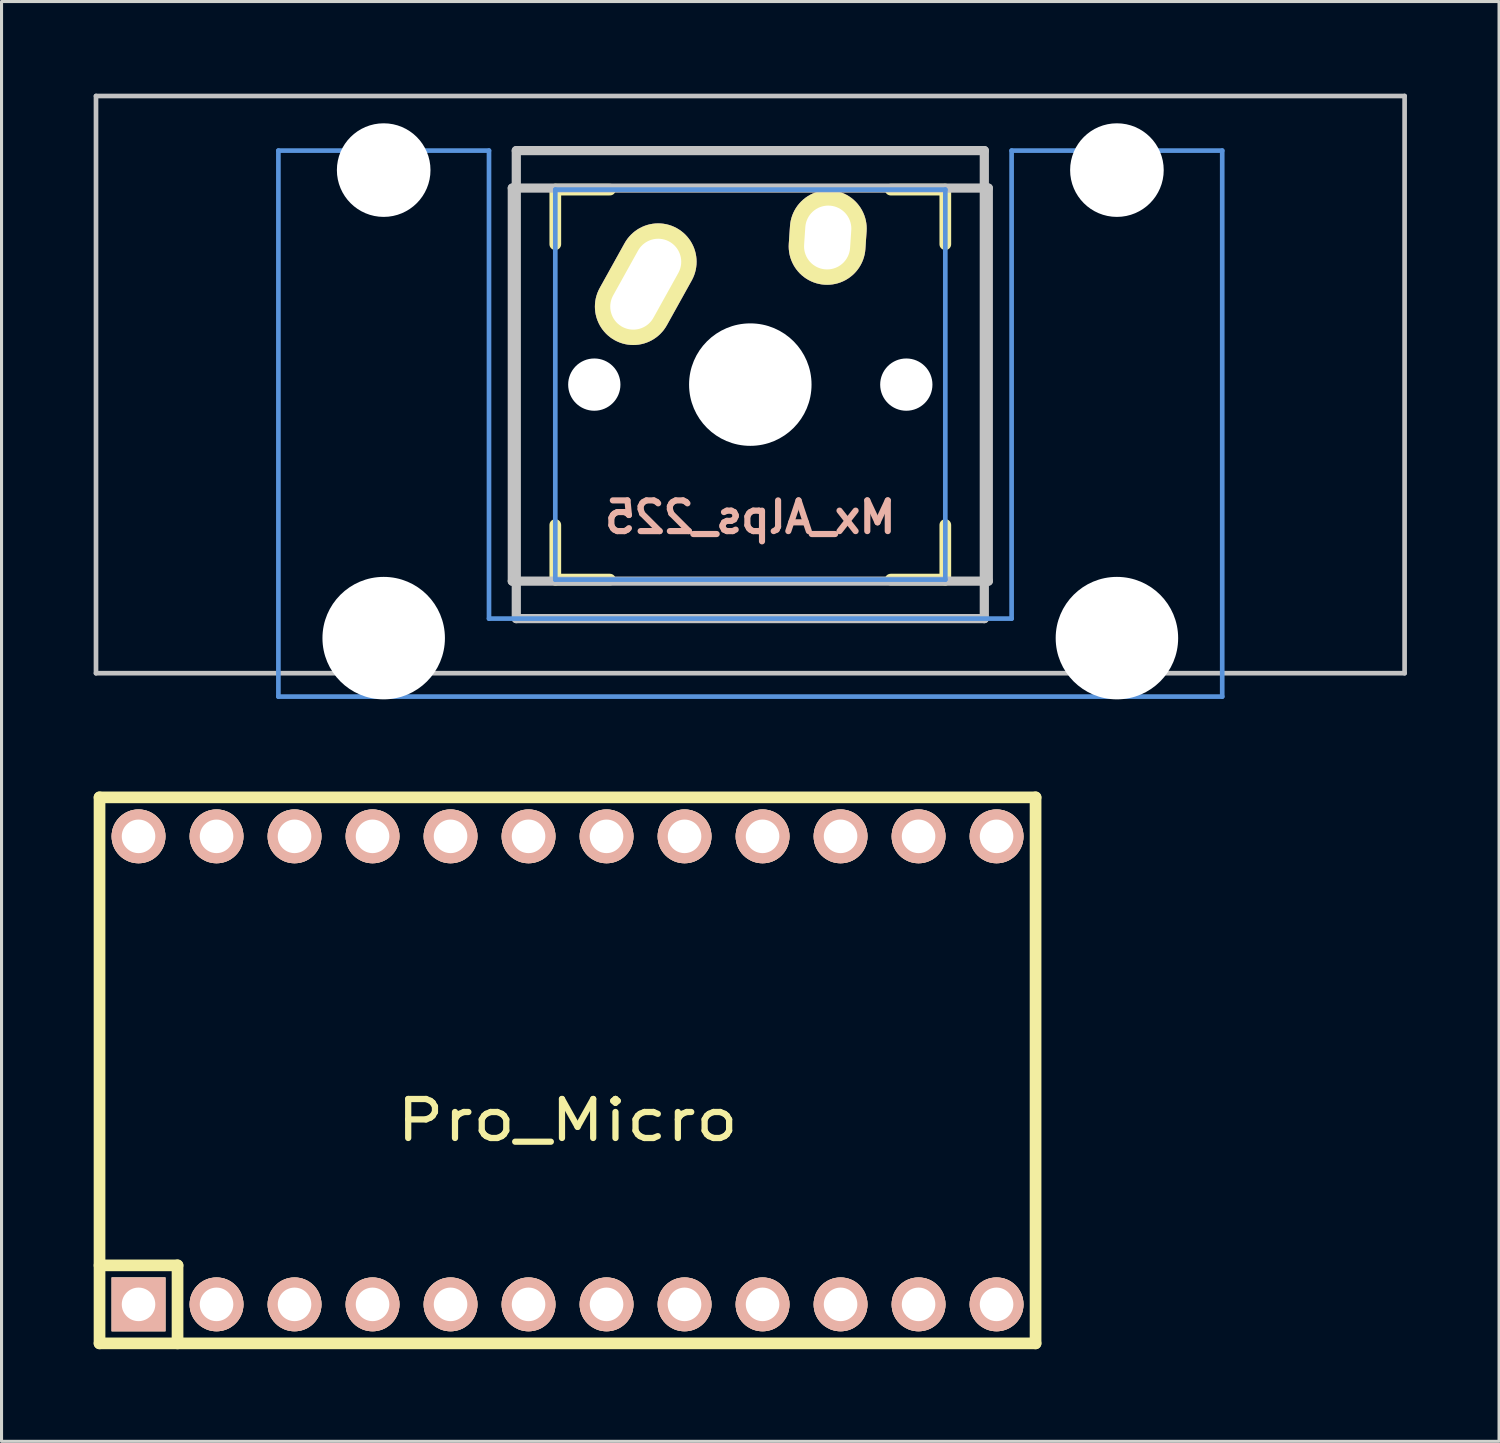
<source format=kicad_pcb>
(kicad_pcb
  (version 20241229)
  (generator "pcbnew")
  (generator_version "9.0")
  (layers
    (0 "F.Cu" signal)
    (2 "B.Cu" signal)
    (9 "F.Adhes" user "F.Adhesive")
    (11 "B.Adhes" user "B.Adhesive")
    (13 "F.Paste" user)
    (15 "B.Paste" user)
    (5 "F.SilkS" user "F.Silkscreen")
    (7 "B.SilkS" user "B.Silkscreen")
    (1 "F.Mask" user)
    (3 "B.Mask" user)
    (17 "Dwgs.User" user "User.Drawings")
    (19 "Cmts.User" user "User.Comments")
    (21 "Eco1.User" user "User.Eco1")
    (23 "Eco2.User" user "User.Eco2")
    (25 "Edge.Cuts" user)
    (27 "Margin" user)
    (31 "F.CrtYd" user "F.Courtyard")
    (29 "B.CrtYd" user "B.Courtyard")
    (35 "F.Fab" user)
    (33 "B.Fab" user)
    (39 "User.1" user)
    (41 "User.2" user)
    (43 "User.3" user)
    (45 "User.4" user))
  (footprint "Mx_Alps_225"
    (layer "F.Cu")
    (at 21.382 9.474)
    (property "Reference" "Mx_Alps_225" (at 0 4.318 0) (layer "B.SilkS") (effects (font (size 1 1) (thickness 0.2)) (justify mirror)))
    (attr through_hole)
    (fp_line (start -6.35 -6.35) (end -4.572 -6.35) (stroke (width 0.381) (type solid)) (layer "F.SilkS"))
    (fp_line (start -6.35 -4.572) (end -6.35 -6.35) (stroke (width 0.381) (type solid)) (layer "F.SilkS"))
    (fp_line (start -6.35 6.35) (end -6.35 4.572) (stroke (width 0.381) (type solid)) (layer "F.SilkS"))
    (fp_line (start -4.572 6.35) (end -6.35 6.35) (stroke (width 0.381) (type solid)) (layer "F.SilkS"))
    (fp_line (start 4.572 -6.35) (end 6.35 -6.35) (stroke (width 0.381) (type solid)) (layer "F.SilkS"))
    (fp_line (start 6.35 -6.35) (end 6.35 -4.572) (stroke (width 0.381) (type solid)) (layer "F.SilkS"))
    (fp_line (start 6.35 4.572) (end 6.35 6.35) (stroke (width 0.381) (type solid)) (layer "F.SilkS"))
    (fp_line (start 6.35 6.35) (end 4.572 6.35) (stroke (width 0.381) (type solid)) (layer "F.SilkS"))
    (fp_line (start -21.306 -9.398) (end 21.306 -9.398) (stroke (width 0.152) (type solid)) (layer "Dwgs.User"))
    (fp_line (start -21.306 9.398) (end -21.306 -9.398) (stroke (width 0.152) (type solid)) (layer "Dwgs.User"))
    (fp_line (start -7.75 6.4) (end -7.75 -6.4) (stroke (width 0.3) (type solid)) (layer "Dwgs.User"))
    (fp_line (start -7.75 6.4) (end 7.75 6.4) (stroke (width 0.3) (type solid)) (layer "Dwgs.User"))
    (fp_line (start -7.62 -7.62) (end 7.62 -7.62) (stroke (width 0.3) (type solid)) (layer "Dwgs.User"))
    (fp_line (start -7.62 7.62) (end -7.62 -7.62) (stroke (width 0.3) (type solid)) (layer "Dwgs.User"))
    (fp_line (start 7.62 -7.62) (end 7.62 7.62) (stroke (width 0.3) (type solid)) (layer "Dwgs.User"))
    (fp_line (start 7.62 7.62) (end -7.62 7.62) (stroke (width 0.3) (type solid)) (layer "Dwgs.User"))
    (fp_line (start 7.75 -6.4) (end -7.75 -6.4) (stroke (width 0.3) (type solid)) (layer "Dwgs.User"))
    (fp_line (start 7.75 6.4) (end 7.75 -6.4) (stroke (width 0.3) (type solid)) (layer "Dwgs.User"))
    (fp_line (start 21.306 -9.398) (end 21.306 9.398) (stroke (width 0.152) (type solid)) (layer "Dwgs.User"))
    (fp_line (start 21.306 9.398) (end -21.306 9.398) (stroke (width 0.152) (type solid)) (layer "Dwgs.User"))
    (fp_line (start -15.367 -7.62) (end -15.367 10.16) (stroke (width 0.152) (type solid)) (layer "Cmts.User"))
    (fp_line (start -15.367 10.16) (end 15.367 10.16) (stroke (width 0.152) (type solid)) (layer "Cmts.User"))
    (fp_line (start -8.509 -7.62) (end -15.367 -7.62) (stroke (width 0.152) (type solid)) (layer "Cmts.User"))
    (fp_line (start -8.509 7.62) (end -8.509 -7.62) (stroke (width 0.152) (type solid)) (layer "Cmts.User"))
    (fp_line (start -6.35 -6.35) (end 6.35 -6.35) (stroke (width 0.152) (type solid)) (layer "Cmts.User"))
    (fp_line (start -6.35 6.35) (end -6.35 -6.35) (stroke (width 0.152) (type solid)) (layer "Cmts.User"))
    (fp_line (start 6.35 -6.35) (end 6.35 6.35) (stroke (width 0.152) (type solid)) (layer "Cmts.User"))
    (fp_line (start 6.35 6.35) (end -6.35 6.35) (stroke (width 0.152) (type solid)) (layer "Cmts.User"))
    (fp_line (start 8.509 -7.62) (end 8.509 7.62) (stroke (width 0.152) (type solid)) (layer "Cmts.User"))
    (fp_line (start 8.509 7.62) (end -8.509 7.62) (stroke (width 0.152) (type solid)) (layer "Cmts.User"))
    (fp_line (start 15.367 -7.62) (end 8.509 -7.62) (stroke (width 0.152) (type solid)) (layer "Cmts.User"))
    (fp_line (start 15.367 10.16) (end 15.367 -7.62) (stroke (width 0.152) (type solid)) (layer "Cmts.User"))
    (fp_line (start -16.129 -2.286) (end -15.265 -2.286) (stroke (width 0.152) (type solid)) (layer "Eco2.User"))
    (fp_line (start -16.129 0.508) (end -16.129 -2.286) (stroke (width 0.152) (type solid)) (layer "Eco2.User"))
    (fp_line (start -15.265 -5.69) (end -8.611 -5.69) (stroke (width 0.152) (type solid)) (layer "Eco2.User"))
    (fp_line (start -15.265 -2.286) (end -15.265 -5.69) (stroke (width 0.152) (type solid)) (layer "Eco2.User"))
    (fp_line (start -15.265 0.508) (end -16.129 0.508) (stroke (width 0.152) (type solid)) (layer "Eco2.User"))
    (fp_line (start -15.265 6.604) (end -15.265 0.508) (stroke (width 0.152) (type solid)) (layer "Eco2.User"))
    (fp_line (start -14.224 6.604) (end -15.265 6.604) (stroke (width 0.152) (type solid)) (layer "Eco2.User"))
    (fp_line (start -14.224 7.772) (end -14.224 6.604) (stroke (width 0.152) (type solid)) (layer "Eco2.User"))
    (fp_line (start -9.652 6.604) (end -9.652 7.772) (stroke (width 0.152) (type solid)) (layer "Eco2.User"))
    (fp_line (start -9.652 7.772) (end -14.224 7.772) (stroke (width 0.152) (type solid)) (layer "Eco2.User"))
    (fp_line (start -8.611 -5.69) (end -8.611 -4.877) (stroke (width 0.152) (type solid)) (layer "Eco2.User"))
    (fp_line (start -8.611 -4.877) (end -6.985 -4.877) (stroke (width 0.152) (type solid)) (layer "Eco2.User"))
    (fp_line (start -8.611 5.817) (end -8.611 6.604) (stroke (width 0.152) (type solid)) (layer "Eco2.User"))
    (fp_line (start -8.611 6.604) (end -9.652 6.604) (stroke (width 0.152) (type solid)) (layer "Eco2.User"))
    (fp_line (start -6.985 -6.985) (end 6.985 -6.985) (stroke (width 0.152) (type solid)) (layer "Eco2.User"))
    (fp_line (start -6.985 -4.877) (end -6.985 -6.985) (stroke (width 0.152) (type solid)) (layer "Eco2.User"))
    (fp_line (start -6.985 5.817) (end -8.611 5.817) (stroke (width 0.152) (type solid)) (layer "Eco2.User"))
    (fp_line (start -6.985 6.985) (end -6.985 5.817) (stroke (width 0.152) (type solid)) (layer "Eco2.User"))
    (fp_line (start 6.985 -6.985) (end 6.985 -4.877) (stroke (width 0.152) (type solid)) (layer "Eco2.User"))
    (fp_line (start 6.985 -4.877) (end 8.611 -4.877) (stroke (width 0.152) (type solid)) (layer "Eco2.User"))
    (fp_line (start 6.985 5.817) (end 6.985 6.985) (stroke (width 0.152) (type solid)) (layer "Eco2.User"))
    (fp_line (start 6.985 6.985) (end -6.985 6.985) (stroke (width 0.152) (type solid)) (layer "Eco2.User"))
    (fp_line (start 8.611 -5.69) (end 15.265 -5.69) (stroke (width 0.152) (type solid)) (layer "Eco2.User"))
    (fp_line (start 8.611 -4.877) (end 8.611 -5.69) (stroke (width 0.152) (type solid)) (layer "Eco2.User"))
    (fp_line (start 8.611 5.817) (end 6.985 5.817) (stroke (width 0.152) (type solid)) (layer "Eco2.User"))
    (fp_line (start 8.611 6.604) (end 8.611 5.817) (stroke (width 0.152) (type solid)) (layer "Eco2.User"))
    (fp_line (start 9.652 6.604) (end 8.611 6.604) (stroke (width 0.152) (type solid)) (layer "Eco2.User"))
    (fp_line (start 9.652 7.772) (end 9.652 6.604) (stroke (width 0.152) (type solid)) (layer "Eco2.User"))
    (fp_line (start 14.224 6.604) (end 14.224 7.772) (stroke (width 0.152) (type solid)) (layer "Eco2.User"))
    (fp_line (start 14.224 7.772) (end 9.652 7.772) (stroke (width 0.152) (type solid)) (layer "Eco2.User"))
    (fp_line (start 15.265 -5.69) (end 15.265 -2.286) (stroke (width 0.152) (type solid)) (layer "Eco2.User"))
    (fp_line (start 15.265 -2.286) (end 16.129 -2.286) (stroke (width 0.152) (type solid)) (layer "Eco2.User"))
    (fp_line (start 15.265 0.508) (end 15.265 6.604) (stroke (width 0.152) (type solid)) (layer "Eco2.User"))
    (fp_line (start 15.265 6.604) (end 14.224 6.604) (stroke (width 0.152) (type solid)) (layer "Eco2.User"))
    (fp_line (start 16.129 -2.286) (end 16.129 0.508) (stroke (width 0.152) (type solid)) (layer "Eco2.User"))
    (fp_line (start 16.129 0.508) (end 15.265 0.508) (stroke (width 0.152) (type solid)) (layer "Eco2.User"))
    (pad "" np_thru_hole circle (at -11.938 -6.985) (size 3.048 3.048) (drill 3.048) (layers "*.Cu"))
    (pad "" np_thru_hole circle (at -11.938 8.255) (size 3.988 3.988) (drill 3.988) (layers "*.Cu"))
    (pad "" np_thru_hole circle (at -5.08 0) (size 1.702 1.702) (drill 1.702) (layers "*.Cu"))
    (pad "" np_thru_hole circle (at 0 0) (size 3.988 3.988) (drill 3.988) (layers "*.Cu"))
    (pad "" np_thru_hole circle (at 5.08 0) (size 1.702 1.702) (drill 1.702) (layers "*.Cu"))
    (pad "" np_thru_hole circle (at 11.938 -6.985) (size 3.048 3.048) (drill 3.048) (layers "*.Cu"))
    (pad "" np_thru_hole circle (at 11.938 8.255) (size 3.988 3.988) (drill 3.988) (layers "*.Cu"))
    (pad "1" thru_hole oval (at -3.405 -3.27 330.95) (size 2.5 4.17) (drill oval 1.5 3.17) (layers "*.Cu" "*.Mask" "F.SilkS"))
    (pad "2" thru_hole oval (at 2.52 -4.79 356.1) (size 2.5 3.08) (drill oval 1.5 2.08) (layers "*.Cu" "*.Mask" "F.SilkS")))
  (footprint "Pro_Micro"
    (layer "F.Cu")
    (at 15.431 31.804)
    (property "Reference" "Pro_Micro" (at 0 1.625 0) (layer "F.SilkS") (effects (font (size 1.27 1.524) (thickness 0.203))))
    (attr through_hole)
    (fp_line (start -15.24 -8.89) (end -15.24 8.89) (stroke (width 0.381) (type solid)) (layer "F.SilkS"))
    (fp_line (start -15.24 6.35) (end -12.7 6.35) (stroke (width 0.381) (type solid)) (layer "F.SilkS"))
    (fp_line (start -15.24 8.89) (end 15.24 8.89) (stroke (width 0.381) (type solid)) (layer "F.SilkS"))
    (fp_line (start -12.7 6.35) (end -12.7 8.89) (stroke (width 0.381) (type solid)) (layer "F.SilkS"))
    (fp_line (start 15.24 -8.89) (end -15.24 -8.89) (stroke (width 0.381) (type solid)) (layer "F.SilkS"))
    (fp_line (start 15.24 8.89) (end 15.24 -8.89) (stroke (width 0.381) (type solid)) (layer "F.SilkS"))
    (pad "1" thru_hole rect (at -13.97 7.62) (size 1.753 1.753) (drill 1.092) (layers "*.Cu" "*.SilkS" "*.Mask"))
    (pad "2" thru_hole circle (at -11.43 7.62) (size 1.753 1.753) (drill 1.092) (layers "*.Cu" "*.SilkS" "*.Mask"))
    (pad "3" thru_hole circle (at -8.89 7.62) (size 1.753 1.753) (drill 1.092) (layers "*.Cu" "*.SilkS" "*.Mask"))
    (pad "4" thru_hole circle (at -6.35 7.62) (size 1.753 1.753) (drill 1.092) (layers "*.Cu" "*.SilkS" "*.Mask"))
    (pad "5" thru_hole circle (at -3.81 7.62) (size 1.753 1.753) (drill 1.092) (layers "*.Cu" "*.SilkS" "*.Mask"))
    (pad "6" thru_hole circle (at -1.27 7.62) (size 1.753 1.753) (drill 1.092) (layers "*.Cu" "*.SilkS" "*.Mask"))
    (pad "7" thru_hole circle (at 1.27 7.62) (size 1.753 1.753) (drill 1.092) (layers "*.Cu" "*.SilkS" "*.Mask"))
    (pad "8" thru_hole circle (at 3.81 7.62) (size 1.753 1.753) (drill 1.092) (layers "*.Cu" "*.SilkS" "*.Mask"))
    (pad "9" thru_hole circle (at 6.35 7.62) (size 1.753 1.753) (drill 1.092) (layers "*.Cu" "*.SilkS" "*.Mask"))
    (pad "10" thru_hole circle (at 8.89 7.62) (size 1.753 1.753) (drill 1.092) (layers "*.Cu" "*.SilkS" "*.Mask"))
    (pad "11" thru_hole circle (at 11.43 7.62) (size 1.753 1.753) (drill 1.092) (layers "*.Cu" "*.SilkS" "*.Mask"))
    (pad "12" thru_hole circle (at 13.97 7.62) (size 1.753 1.753) (drill 1.092) (layers "*.Cu" "*.SilkS" "*.Mask"))
    (pad "13" thru_hole circle (at -13.97 -7.62) (size 1.753 1.753) (drill 1.092) (layers "*.Cu" "*.SilkS" "*.Mask"))
    (pad "14" thru_hole circle (at -11.43 -7.62) (size 1.753 1.753) (drill 1.092) (layers "*.Cu" "*.SilkS" "*.Mask"))
    (pad "15" thru_hole circle (at -8.89 -7.62) (size 1.753 1.753) (drill 1.092) (layers "*.Cu" "*.SilkS" "*.Mask"))
    (pad "16" thru_hole circle (at -6.35 -7.62) (size 1.753 1.753) (drill 1.092) (layers "*.Cu" "*.SilkS" "*.Mask"))
    (pad "17" thru_hole circle (at -3.81 -7.62) (size 1.753 1.753) (drill 1.092) (layers "*.Cu" "*.SilkS" "*.Mask"))
    (pad "18" thru_hole circle (at -1.27 -7.62) (size 1.753 1.753) (drill 1.092) (layers "*.Cu" "*.SilkS" "*.Mask"))
    (pad "19" thru_hole circle (at 1.27 -7.62) (size 1.753 1.753) (drill 1.092) (layers "*.Cu" "*.SilkS" "*.Mask"))
    (pad "20" thru_hole circle (at 3.81 -7.62) (size 1.753 1.753) (drill 1.092) (layers "*.Cu" "*.SilkS" "*.Mask"))
    (pad "21" thru_hole circle (at 6.35 -7.62) (size 1.753 1.753) (drill 1.092) (layers "*.Cu" "*.SilkS" "*.Mask"))
    (pad "22" thru_hole circle (at 8.89 -7.62) (size 1.753 1.753) (drill 1.092) (layers "*.Cu" "*.SilkS" "*.Mask"))
    (pad "23" thru_hole circle (at 11.43 -7.62) (size 1.753 1.753) (drill 1.092) (layers "*.Cu" "*.SilkS" "*.Mask"))
    (pad "24" thru_hole circle (at 13.97 -7.62) (size 1.753 1.753) (drill 1.092) (layers "*.Cu" "*.SilkS" "*.Mask")))
  (gr_rect
    (start -3 -3)
    (end 45.763 43.884)
    (stroke (width 0.1) (type default))
    (fill no)
    (layer "Edge.Cuts")))
</source>
